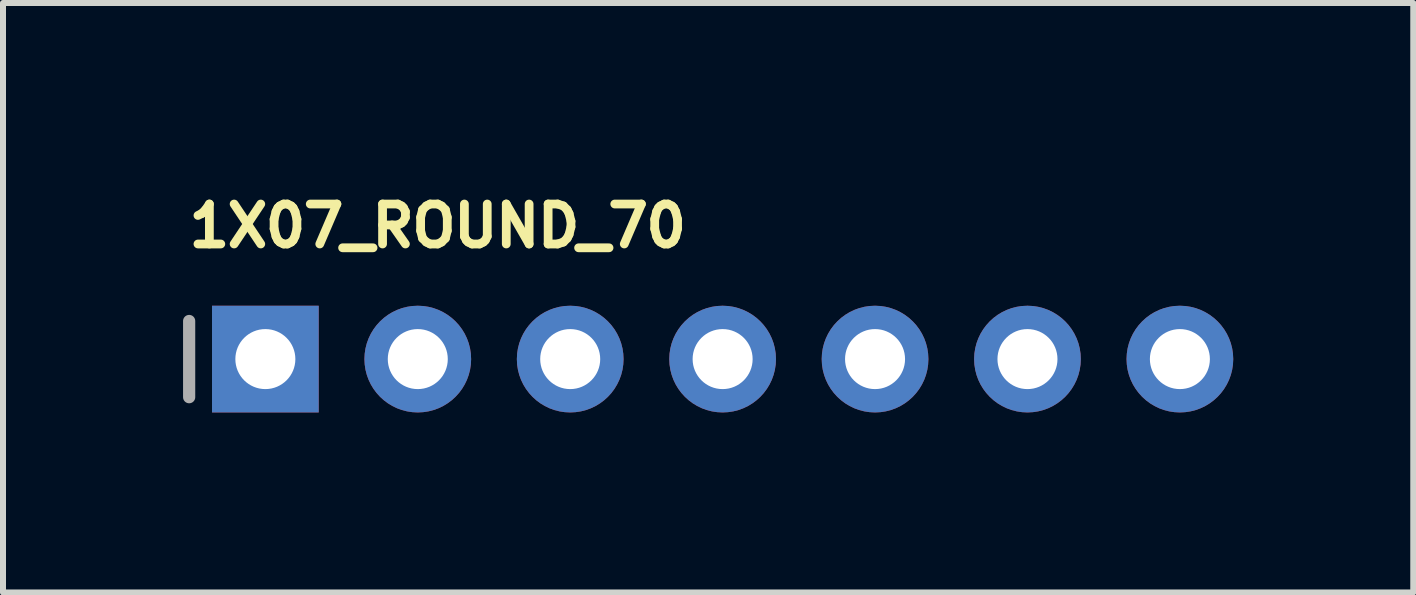
<source format=kicad_pcb>
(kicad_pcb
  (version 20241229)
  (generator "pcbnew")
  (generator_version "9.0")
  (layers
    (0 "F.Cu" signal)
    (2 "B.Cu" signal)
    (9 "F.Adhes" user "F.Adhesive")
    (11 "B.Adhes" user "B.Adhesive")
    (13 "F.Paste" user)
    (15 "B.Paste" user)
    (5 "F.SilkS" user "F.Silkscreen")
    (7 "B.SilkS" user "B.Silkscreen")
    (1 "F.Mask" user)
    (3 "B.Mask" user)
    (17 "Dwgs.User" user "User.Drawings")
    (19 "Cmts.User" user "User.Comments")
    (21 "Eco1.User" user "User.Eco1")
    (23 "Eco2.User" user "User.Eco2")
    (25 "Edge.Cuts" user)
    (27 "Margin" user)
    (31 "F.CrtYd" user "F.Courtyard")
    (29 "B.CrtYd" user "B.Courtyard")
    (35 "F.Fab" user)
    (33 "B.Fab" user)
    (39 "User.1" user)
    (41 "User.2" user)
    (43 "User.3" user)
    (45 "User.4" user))
  (footprint "1X07_ROUND_70"
    (layer "F.Cu")
    (at 8.992 2.934)
    (property "Reference" "1X07_ROUND_70" (at -8.966 -1.829 0) (layer "F.SilkS") (effects (font (size 0.666 0.666) (thickness 0.146)) (justify left bottom)))
    (fp_line (start -8.89 -0.635) (end -8.89 0.635) (stroke (width 0.203) (type solid)) (layer "F.Fab"))
    (fp_poly (pts (xy -7.874 0.254) (xy -7.366 0.254) (xy -7.366 -0.254) (xy -7.874 -0.254)) (stroke (width 0.1) (type solid)) (fill no) (layer "F.Fab"))
    (fp_poly (pts (xy -5.334 0.254) (xy -4.826 0.254) (xy -4.826 -0.254) (xy -5.334 -0.254)) (stroke (width 0.1) (type solid)) (fill no) (layer "F.Fab"))
    (fp_poly (pts (xy -2.794 0.254) (xy -2.286 0.254) (xy -2.286 -0.254) (xy -2.794 -0.254)) (stroke (width 0.1) (type solid)) (fill no) (layer "F.Fab"))
    (fp_poly (pts (xy -0.254 0.254) (xy 0.254 0.254) (xy 0.254 -0.254) (xy -0.254 -0.254)) (stroke (width 0.1) (type solid)) (fill no) (layer "F.Fab"))
    (fp_poly (pts (xy 2.286 0.254) (xy 2.794 0.254) (xy 2.794 -0.254) (xy 2.286 -0.254)) (stroke (width 0.1) (type solid)) (fill no) (layer "F.Fab"))
    (fp_poly (pts (xy 4.826 0.254) (xy 5.334 0.254) (xy 5.334 -0.254) (xy 4.826 -0.254)) (stroke (width 0.1) (type solid)) (fill no) (layer "F.Fab"))
    (fp_poly (pts (xy 7.366 0.254) (xy 7.874 0.254) (xy 7.874 -0.254) (xy 7.366 -0.254)) (stroke (width 0.1) (type solid)) (fill no) (layer "F.Fab"))
    (pad "1" thru_hole rect (at -7.62 0 90) (size 1.778 1.778) (drill 1) (layers "*.Cu" "*.Mask"))
    (pad "2" thru_hole circle (at -5.08 0 90) (size 1.778 1.778) (drill 1) (layers "*.Cu" "*.Mask"))
    (pad "3" thru_hole circle (at -2.54 0 90) (size 1.778 1.778) (drill 1) (layers "*.Cu" "*.Mask"))
    (pad "4" thru_hole circle (at 0 0 90) (size 1.778 1.778) (drill 1) (layers "*.Cu" "*.Mask"))
    (pad "5" thru_hole circle (at 2.54 0 90) (size 1.778 1.778) (drill 1) (layers "*.Cu" "*.Mask"))
    (pad "6" thru_hole circle (at 5.08 0 90) (size 1.778 1.778) (drill 1) (layers "*.Cu" "*.Mask"))
    (pad "7" thru_hole circle (at 7.62 0 90) (size 1.778 1.778) (drill 1) (layers "*.Cu" "*.Mask")))
  (gr_rect
    (start -3 -3)
    (end 20.501 6.823)
    (stroke (width 0.1) (type default))
    (fill no)
    (layer "Edge.Cuts")))
</source>
